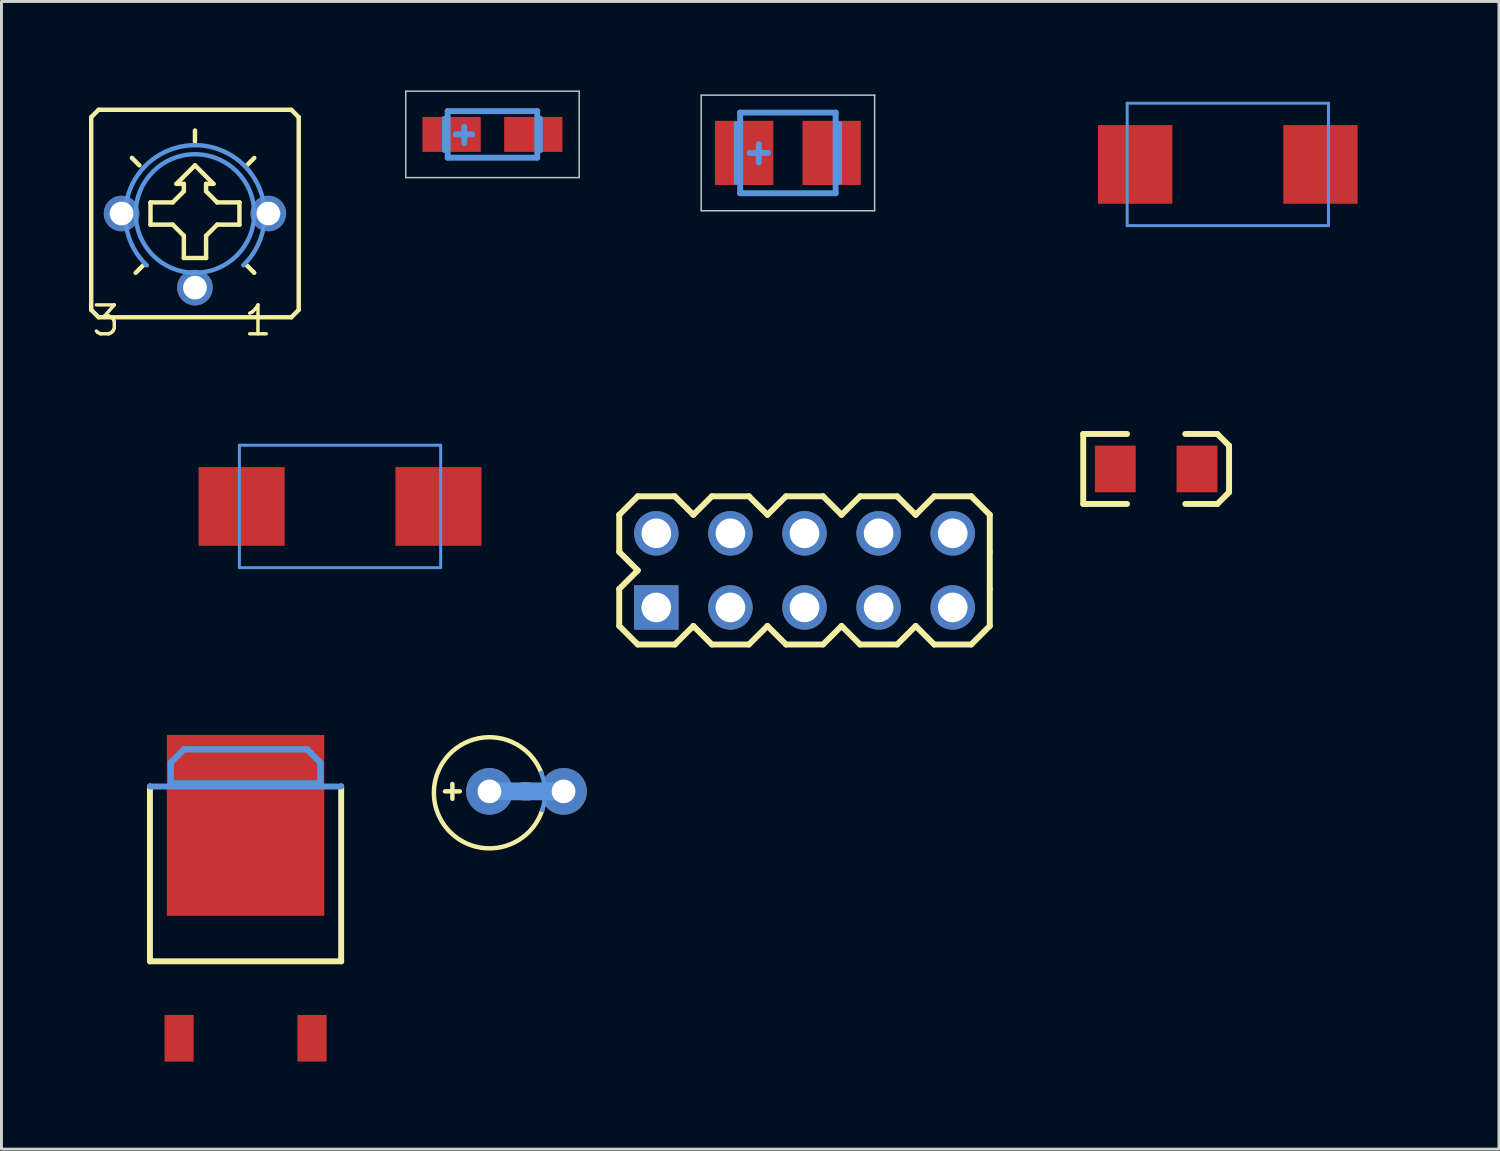
<source format=kicad_pcb>
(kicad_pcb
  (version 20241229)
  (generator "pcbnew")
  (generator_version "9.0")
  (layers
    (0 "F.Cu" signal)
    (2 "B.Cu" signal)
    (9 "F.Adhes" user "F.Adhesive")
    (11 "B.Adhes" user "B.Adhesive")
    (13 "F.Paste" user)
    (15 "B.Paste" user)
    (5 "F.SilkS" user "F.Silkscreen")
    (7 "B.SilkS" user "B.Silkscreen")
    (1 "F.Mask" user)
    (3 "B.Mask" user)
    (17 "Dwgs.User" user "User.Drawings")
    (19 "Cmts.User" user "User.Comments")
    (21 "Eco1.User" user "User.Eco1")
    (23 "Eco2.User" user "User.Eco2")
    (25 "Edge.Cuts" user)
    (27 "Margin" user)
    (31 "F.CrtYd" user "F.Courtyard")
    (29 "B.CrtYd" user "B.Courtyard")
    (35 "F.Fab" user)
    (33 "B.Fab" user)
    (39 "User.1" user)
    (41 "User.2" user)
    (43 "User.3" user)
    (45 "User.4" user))
  (footprint "CT6"
    (layer "F.Cu")
    (at 3.632 4.268)
    (property "Reference" "CT6" (at -0.762 -3.302 0) (layer "Eco1.User") (effects (font (size 1.27 1.27) (thickness 0.127))))
    (attr through_hole)
    (fp_line (start -3.556 -3.302) (end -3.556 3.302) (stroke (width 0.152) (type solid)) (layer "F.SilkS"))
    (fp_line (start -3.302 -3.556) (end -3.556 -3.302) (stroke (width 0.152) (type solid)) (layer "F.SilkS"))
    (fp_line (start -3.302 3.556) (end -3.556 3.302) (stroke (width 0.152) (type solid)) (layer "F.SilkS"))
    (fp_line (start -3.302 3.556) (end 3.302 3.556) (stroke (width 0.152) (type solid)) (layer "F.SilkS"))
    (fp_line (start -1.905 -1.651) (end -2.159 -1.905) (stroke (width 0.152) (type solid)) (layer "F.SilkS"))
    (fp_line (start -1.778 1.778) (end -2.032 2.032) (stroke (width 0.152) (type solid)) (layer "F.SilkS"))
    (fp_line (start -1.524 -0.381) (end -1.524 0.381) (stroke (width 0.152) (type solid)) (layer "F.SilkS"))
    (fp_line (start -1.524 0.381) (end -0.762 0.381) (stroke (width 0.152) (type solid)) (layer "F.SilkS"))
    (fp_line (start -0.762 -0.381) (end -1.524 -0.381) (stroke (width 0.152) (type solid)) (layer "F.SilkS"))
    (fp_line (start -0.635 -1.016) (end -0.381 -1.016) (stroke (width 0.152) (type solid)) (layer "F.SilkS"))
    (fp_line (start -0.381 -1.016) (end -0.381 -0.762) (stroke (width 0.152) (type solid)) (layer "F.SilkS"))
    (fp_line (start -0.381 -0.762) (end -0.762 -0.381) (stroke (width 0.152) (type solid)) (layer "F.SilkS"))
    (fp_line (start -0.381 0.762) (end -0.762 0.381) (stroke (width 0.152) (type solid)) (layer "F.SilkS"))
    (fp_line (start -0.381 0.762) (end -0.381 1.524) (stroke (width 0.152) (type solid)) (layer "F.SilkS"))
    (fp_line (start -0.381 1.524) (end 0.381 1.524) (stroke (width 0.152) (type solid)) (layer "F.SilkS"))
    (fp_line (start 0 -2.464) (end 0 -2.845) (stroke (width 0.152) (type solid)) (layer "F.SilkS"))
    (fp_line (start 0 -1.651) (end -0.635 -1.016) (stroke (width 0.152) (type solid)) (layer "F.SilkS"))
    (fp_line (start 0.381 -1.016) (end 0.635 -1.016) (stroke (width 0.152) (type solid)) (layer "F.SilkS"))
    (fp_line (start 0.381 -0.762) (end 0.381 -1.016) (stroke (width 0.152) (type solid)) (layer "F.SilkS"))
    (fp_line (start 0.381 0.762) (end 0.762 0.381) (stroke (width 0.152) (type solid)) (layer "F.SilkS"))
    (fp_line (start 0.381 1.524) (end 0.381 0.762) (stroke (width 0.152) (type solid)) (layer "F.SilkS"))
    (fp_line (start 0.635 -1.016) (end 0 -1.651) (stroke (width 0.152) (type solid)) (layer "F.SilkS"))
    (fp_line (start 0.762 -0.381) (end 0.381 -0.762) (stroke (width 0.152) (type solid)) (layer "F.SilkS"))
    (fp_line (start 0.762 0.381) (end 1.524 0.381) (stroke (width 0.152) (type solid)) (layer "F.SilkS"))
    (fp_line (start 1.524 -0.381) (end 0.762 -0.381) (stroke (width 0.152) (type solid)) (layer "F.SilkS"))
    (fp_line (start 1.524 0.381) (end 1.524 -0.381) (stroke (width 0.152) (type solid)) (layer "F.SilkS"))
    (fp_line (start 1.778 -1.651) (end 2.032 -1.905) (stroke (width 0.152) (type solid)) (layer "F.SilkS"))
    (fp_line (start 1.778 1.778) (end 2.032 2.032) (stroke (width 0.152) (type solid)) (layer "F.SilkS"))
    (fp_line (start 3.302 -3.556) (end -3.302 -3.556) (stroke (width 0.152) (type solid)) (layer "F.SilkS"))
    (fp_line (start 3.302 -3.556) (end 3.556 -3.302) (stroke (width 0.152) (type solid)) (layer "F.SilkS"))
    (fp_line (start 3.302 3.556) (end 3.556 3.302) (stroke (width 0.152) (type solid)) (layer "F.SilkS"))
    (fp_line (start 3.556 3.302) (end 3.556 -3.302) (stroke (width 0.152) (type solid)) (layer "F.SilkS"))
    (fp_line (start -2.515 0) (end -2.896 0) (stroke (width 0.152) (type solid)) (layer "Cmts.User"))
    (fp_line (start 2.515 0) (end 2.896 0) (stroke (width 0.152) (type solid)) (layer "Cmts.User"))
    (fp_arc (start -1.651 1.778) (mid -0.003515 -2.34293) (end 1.656078 1.773139) (stroke (width 0.1524) (type solid)) (layer "Cmts.User"))
    (fp_circle (center 0 0) (end 2.032 0) (stroke (width 0.152) (type solid)) (fill no) (layer "Cmts.User"))
    (fp_text user "1" (at 2.159 3.67 0) (layer "F.SilkS") (effects (font (size 0.991 0.991) (thickness 0.117))))
    (fp_text user "3" (at -3.048 3.67 0) (layer "F.SilkS") (effects (font (size 0.991 0.991) (thickness 0.117))))
    (pad "A" thru_hole oval (at 2.515 0) (size 1.219 1.219) (drill 0.813) (layers "*.Cu" "*.Mask"))
    (pad "E" thru_hole oval (at -2.515 0) (size 1.219 1.219) (drill 0.813) (layers "*.Cu" "*.Mask"))
    (pad "S" thru_hole oval (at 0 2.54) (size 1.219 1.219) (drill 0.813) (layers "*.Cu" "*.Mask")))
  (footprint "D%2f7343-31R"
    (layer "F.Cu")
    (at 39.031 2.585)
    (property "Reference" "D%2f7343-31R" (at -1.11 -1.664 0) (layer "Eco1.User") (effects (font (size 1.27 1.27) (thickness 0.102))))
    (attr through_hole)
    (fp_line (start -3.449 -2.098) (end 3.449 -2.098) (stroke (width 0.102) (type solid)) (layer "Cmts.User"))
    (fp_line (start -3.449 2.098) (end -3.449 -2.098) (stroke (width 0.102) (type solid)) (layer "Cmts.User"))
    (fp_line (start 3.449 -2.098) (end 3.449 2.098) (stroke (width 0.102) (type solid)) (layer "Cmts.User"))
    (fp_line (start 3.449 2.098) (end -3.449 2.098) (stroke (width 0.102) (type solid)) (layer "Cmts.User"))
    (pad "+" smd rect (at 3.175 0) (size 2.548 2.697) (layers "F.Cu" "F.Mask" "F.Paste"))
    (pad "-" smd rect (at -3.175 0) (size 2.548 2.697) (layers "F.Cu" "F.Mask" "F.Paste")))
  (footprint "CT3216"
    (layer "F.Cu")
    (at 13.828 1.556)
    (property "Reference" "CT3216" (at 0 -0.635 0) (layer "Eco1.User") (effects (font (size 1.27 1.27) (thickness 0.102))))
    (attr through_hole)
    (fp_line (start -2.972 -1.481) (end 2.972 -1.481) (stroke (width 0.051) (type solid)) (layer "Dwgs.User"))
    (fp_line (start -2.972 1.481) (end -2.972 -1.481) (stroke (width 0.051) (type solid)) (layer "Dwgs.User"))
    (fp_line (start 2.972 -1.481) (end 2.972 1.481) (stroke (width 0.051) (type solid)) (layer "Dwgs.User"))
    (fp_line (start 2.972 1.481) (end -2.972 1.481) (stroke (width 0.051) (type solid)) (layer "Dwgs.User"))
    (fp_line (start -1.651 -0.559) (end -1.651 0.559) (stroke (width 0.152) (type solid)) (layer "Cmts.User"))
    (fp_line (start -1.534 -0.798) (end -1.534 0.798) (stroke (width 0.203) (type solid)) (layer "Cmts.User"))
    (fp_line (start -1.534 0.798) (end 1.534 0.798) (stroke (width 0.203) (type solid)) (layer "Cmts.User"))
    (fp_line (start -0.968 -0.259) (end -0.968 0.3) (stroke (width 0.203) (type solid)) (layer "Cmts.User"))
    (fp_line (start -0.699 0) (end -1.26 0) (stroke (width 0.203) (type solid)) (layer "Cmts.User"))
    (fp_line (start 1.534 -0.798) (end -1.534 -0.798) (stroke (width 0.203) (type solid)) (layer "Cmts.User"))
    (fp_line (start 1.534 0.798) (end 1.534 -0.798) (stroke (width 0.203) (type solid)) (layer "Cmts.User"))
    (fp_line (start 1.651 -0.559) (end 1.651 0.559) (stroke (width 0.152) (type solid)) (layer "Cmts.User"))
    (pad "+" smd rect (at -1.4 0) (size 1.999 1.199) (layers "F.Cu" "F.Mask" "F.Paste"))
    (pad "-" smd rect (at 1.4 0) (size 1.999 1.199) (layers "F.Cu" "F.Mask" "F.Paste")))
  (footprint "DIODE_EIA3216"
    (layer "F.Cu")
    (at 36.575 13.023)
    (property "Reference" "DIODE_EIA3216" (at 0 0 0) (layer "Eco1.User") (effects (font (size 0.406 0.406) (thickness 0.03))))
    (attr through_hole)
    (fp_line (start -2.499 -1.199) (end -0.998 -1.199) (stroke (width 0.203) (type solid)) (layer "F.SilkS"))
    (fp_line (start -2.499 1.199) (end -2.499 -1.199) (stroke (width 0.203) (type solid)) (layer "F.SilkS"))
    (fp_line (start -0.998 1.199) (end -2.499 1.199) (stroke (width 0.203) (type solid)) (layer "F.SilkS"))
    (fp_line (start 0.998 1.199) (end 2.098 1.199) (stroke (width 0.203) (type solid)) (layer "F.SilkS"))
    (fp_line (start 2.098 -1.199) (end 0.998 -1.199) (stroke (width 0.203) (type solid)) (layer "F.SilkS"))
    (fp_line (start 2.098 1.199) (end 2.499 0.798) (stroke (width 0.203) (type solid)) (layer "F.SilkS"))
    (fp_line (start 2.499 -0.798) (end 2.098 -1.199) (stroke (width 0.203) (type solid)) (layer "F.SilkS"))
    (fp_line (start 2.499 0.798) (end 2.499 -0.798) (stroke (width 0.203) (type solid)) (layer "F.SilkS"))
    (pad "A" smd rect (at 1.4 0 90) (size 1.598 1.4) (layers "F.Cu" "F.Mask" "F.Paste"))
    (pad "K" smd rect (at -1.4 0 90) (size 1.598 1.4) (layers "F.Cu" "F.Mask" "F.Paste")))
  (footprint "D%2f7343-31W"
    (layer "F.Cu")
    (at 8.604 14.308)
    (property "Reference" "D%2f7343-31W" (at -1.11 -1.664 0) (layer "Eco1.User") (effects (font (size 1.27 1.27) (thickness 0.102))))
    (attr through_hole)
    (fp_line (start -3.449 -2.098) (end 3.449 -2.098) (stroke (width 0.102) (type solid)) (layer "Cmts.User"))
    (fp_line (start -3.449 2.098) (end -3.449 -2.098) (stroke (width 0.102) (type solid)) (layer "Cmts.User"))
    (fp_line (start 3.449 -2.098) (end 3.449 2.098) (stroke (width 0.102) (type solid)) (layer "Cmts.User"))
    (fp_line (start 3.449 2.098) (end -3.449 2.098) (stroke (width 0.102) (type solid)) (layer "Cmts.User"))
    (pad "+" smd rect (at 3.373 0) (size 2.949 2.697) (layers "F.Cu" "F.Mask" "F.Paste"))
    (pad "-" smd rect (at -3.373 0) (size 2.949 2.697) (layers "F.Cu" "F.Mask" "F.Paste")))
  (footprint "E2,5-4R"
    (layer "F.Cu")
    (at 14.995 24.073)
    (property "Reference" "E2,5-4R" (at 3.302 -0.381 0) (layer "Eco1.User") (effects (font (size 1.27 1.27) (thickness 0.127))))
    (attr through_hole)
    (fp_line (start -2.794 0) (end -2.286 0) (stroke (width 0.152) (type solid)) (layer "F.SilkS"))
    (fp_line (start -2.54 0.254) (end -2.54 -0.254) (stroke (width 0.152) (type solid)) (layer "F.SilkS"))
    (fp_line (start -0.127 0) (end 0.076 0) (stroke (width 0.61) (type solid)) (layer "F.SilkS"))
    (fp_arc (start 0.538652 0.645677) (mid -3.17422 0.093836) (end 0.508 -0.635) (stroke (width 0.1524) (type solid)) (layer "F.SilkS"))
    (fp_line (start 1.27 0) (end -1.27 0) (stroke (width 0.61) (type solid)) (layer "Cmts.User"))
    (fp_arc (start 0.508 -0.635) (mid 0.634179 0.001023) (end 0.539692 0.64252) (stroke (width 0.1524) (type solid)) (layer "Cmts.User"))
    (pad "+" thru_hole oval (at -1.27 0) (size 1.6 1.6) (drill 0.813) (layers "*.Cu" "*.Mask"))
    (pad "-" thru_hole oval (at 1.27 0) (size 1.6 1.6) (drill 0.813) (layers "*.Cu" "*.Mask")))
  (footprint "DPACK"
    (layer "F.Cu")
    (at 5.366 27.738)
    (property "Reference" "DPACK" (at -4.445 -1.27 90) (layer "Eco1.User") (effects (font (size 1.27 1.27) (thickness 0.102))))
    (attr through_hole)
    (fp_line (start -3.277 2.159) (end -3.277 -3.835) (stroke (width 0.203) (type solid)) (layer "F.SilkS"))
    (fp_line (start 3.277 -3.835) (end 3.277 2.159) (stroke (width 0.203) (type solid)) (layer "F.SilkS"))
    (fp_line (start 3.277 2.159) (end -3.277 2.159) (stroke (width 0.203) (type solid)) (layer "F.SilkS"))
    (fp_line (start -3.277 -3.833) (end 3.277 -3.833) (stroke (width 0.203) (type solid)) (layer "Cmts.User"))
    (fp_line (start -2.565 -4.648) (end -2.108 -5.105) (stroke (width 0.198) (type solid)) (layer "Cmts.User"))
    (fp_line (start -2.565 -4.648) (end -2.108 -5.105) (stroke (width 0.203) (type solid)) (layer "Cmts.User"))
    (fp_line (start -2.565 -3.937) (end -2.565 -4.648) (stroke (width 0.198) (type solid)) (layer "Cmts.User"))
    (fp_line (start -2.565 -3.937) (end -2.565 -4.648) (stroke (width 0.203) (type solid)) (layer "Cmts.User"))
    (fp_line (start -2.108 -5.105) (end 2.108 -5.105) (stroke (width 0.198) (type solid)) (layer "Cmts.User"))
    (fp_line (start -2.108 -5.105) (end 2.108 -5.105) (stroke (width 0.203) (type solid)) (layer "Cmts.User"))
    (fp_line (start 2.108 -5.105) (end 2.565 -4.648) (stroke (width 0.198) (type solid)) (layer "Cmts.User"))
    (fp_line (start 2.108 -5.105) (end 2.565 -4.648) (stroke (width 0.203) (type solid)) (layer "Cmts.User"))
    (fp_line (start 2.565 -4.648) (end 2.565 -3.937) (stroke (width 0.198) (type solid)) (layer "Cmts.User"))
    (fp_line (start 2.565 -4.648) (end 2.565 -3.937) (stroke (width 0.203) (type solid)) (layer "Cmts.User"))
    (fp_line (start 2.565 -3.937) (end -2.565 -3.937) (stroke (width 0.198) (type solid)) (layer "Cmts.User"))
    (fp_line (start 2.565 -3.937) (end -2.565 -3.937) (stroke (width 0.203) (type solid)) (layer "Cmts.User"))
    (pad "1" smd rect (at -2.278 4.798) (size 0.998 1.598) (layers "F.Cu" "F.Mask" "F.Paste"))
    (pad "2" smd rect (at 0 -2.499) (size 5.397 6.198) (layers "F.Cu" "F.Mask" "F.Paste"))
    (pad "3" smd rect (at 2.278 4.798) (size 0.998 1.598) (layers "F.Cu" "F.Mask" "F.Paste")))
  (footprint "CT3528"
    (layer "F.Cu")
    (at 23.954 2.191)
    (property "Reference" "CT3528" (at 0 -1.27 0) (layer "Eco1.User") (effects (font (size 1.27 1.27) (thickness 0.102))))
    (attr through_hole)
    (fp_line (start -2.972 -1.981) (end 2.972 -1.981) (stroke (width 0.051) (type solid)) (layer "Dwgs.User"))
    (fp_line (start -2.972 1.981) (end -2.972 -1.981) (stroke (width 0.051) (type solid)) (layer "Dwgs.User"))
    (fp_line (start 2.972 -1.981) (end 2.972 1.981) (stroke (width 0.051) (type solid)) (layer "Dwgs.User"))
    (fp_line (start 2.972 1.981) (end -2.972 1.981) (stroke (width 0.051) (type solid)) (layer "Dwgs.User"))
    (fp_line (start -1.778 -1.016) (end -1.778 1.016) (stroke (width 0.152) (type solid)) (layer "Cmts.User"))
    (fp_line (start -1.636 1.382) (end -1.636 -1.382) (stroke (width 0.203) (type solid)) (layer "Cmts.User"))
    (fp_line (start -0.998 -0.3) (end -0.998 0.328) (stroke (width 0.203) (type solid)) (layer "Cmts.User"))
    (fp_line (start -0.678 0) (end -1.308 0) (stroke (width 0.203) (type solid)) (layer "Cmts.User"))
    (fp_line (start 1.636 -1.382) (end -1.636 -1.382) (stroke (width 0.203) (type solid)) (layer "Cmts.User"))
    (fp_line (start 1.636 1.382) (end -1.636 1.382) (stroke (width 0.203) (type solid)) (layer "Cmts.User"))
    (fp_line (start 1.636 1.382) (end 1.636 -1.382) (stroke (width 0.203) (type solid)) (layer "Cmts.User"))
    (fp_line (start 1.778 -1.016) (end 1.778 1.016) (stroke (width 0.152) (type solid)) (layer "Cmts.User"))
    (pad "+" smd rect (at -1.499 0) (size 1.999 2.2) (layers "F.Cu" "F.Mask" "F.Paste"))
    (pad "-" smd rect (at 1.499 0) (size 1.999 2.2) (layers "F.Cu" "F.Mask" "F.Paste")))
  (footprint "DIL10"
    (layer "F.Cu")
    (at 19.443 17.769)
    (property "Reference" "DIL10" (at 1.27 -5.08 0) (layer "Eco1.User") (effects (font (size 1.27 1.27) (thickness 0.127))))
    (attr through_hole)
    (fp_line (start -1.27 -3.175) (end -1.27 -1.905) (stroke (width 0.203) (type solid)) (layer "F.SilkS"))
    (fp_line (start -1.27 -3.175) (end -0.635 -3.81) (stroke (width 0.203) (type solid)) (layer "F.SilkS"))
    (fp_line (start -1.27 -1.905) (end -0.635 -1.27) (stroke (width 0.203) (type solid)) (layer "F.SilkS"))
    (fp_line (start -1.27 -0.635) (end -1.27 0.635) (stroke (width 0.203) (type solid)) (layer "F.SilkS"))
    (fp_line (start -1.27 0.635) (end -0.635 1.27) (stroke (width 0.203) (type solid)) (layer "F.SilkS"))
    (fp_line (start -0.635 -3.81) (end 0.635 -3.81) (stroke (width 0.203) (type solid)) (layer "F.SilkS"))
    (fp_line (start -0.635 -1.27) (end -1.27 -0.635) (stroke (width 0.203) (type solid)) (layer "F.SilkS"))
    (fp_line (start 0.635 -3.81) (end 1.27 -3.175) (stroke (width 0.203) (type solid)) (layer "F.SilkS"))
    (fp_line (start 0.635 1.27) (end -0.635 1.27) (stroke (width 0.203) (type solid)) (layer "F.SilkS"))
    (fp_line (start 1.27 -3.175) (end 1.905 -3.81) (stroke (width 0.203) (type solid)) (layer "F.SilkS"))
    (fp_line (start 1.27 0.635) (end 0.635 1.27) (stroke (width 0.203) (type solid)) (layer "F.SilkS"))
    (fp_line (start 1.905 -3.81) (end 3.175 -3.81) (stroke (width 0.203) (type solid)) (layer "F.SilkS"))
    (fp_line (start 1.905 1.27) (end 1.27 0.635) (stroke (width 0.203) (type solid)) (layer "F.SilkS"))
    (fp_line (start 3.175 -3.81) (end 3.81 -3.175) (stroke (width 0.203) (type solid)) (layer "F.SilkS"))
    (fp_line (start 3.175 1.27) (end 1.905 1.27) (stroke (width 0.203) (type solid)) (layer "F.SilkS"))
    (fp_line (start 3.81 -3.175) (end 4.445 -3.81) (stroke (width 0.203) (type solid)) (layer "F.SilkS"))
    (fp_line (start 3.81 0.635) (end 3.175 1.27) (stroke (width 0.203) (type solid)) (layer "F.SilkS"))
    (fp_line (start 4.445 -3.81) (end 5.715 -3.81) (stroke (width 0.203) (type solid)) (layer "F.SilkS"))
    (fp_line (start 4.445 1.27) (end 3.81 0.635) (stroke (width 0.203) (type solid)) (layer "F.SilkS"))
    (fp_line (start 5.715 -3.81) (end 6.35 -3.175) (stroke (width 0.203) (type solid)) (layer "F.SilkS"))
    (fp_line (start 5.715 1.27) (end 4.445 1.27) (stroke (width 0.203) (type solid)) (layer "F.SilkS"))
    (fp_line (start 6.35 -3.175) (end 6.985 -3.81) (stroke (width 0.203) (type solid)) (layer "F.SilkS"))
    (fp_line (start 6.35 0.635) (end 5.715 1.27) (stroke (width 0.203) (type solid)) (layer "F.SilkS"))
    (fp_line (start 6.35 0.635) (end 6.985 1.27) (stroke (width 0.203) (type solid)) (layer "F.SilkS"))
    (fp_line (start 6.985 -3.81) (end 8.255 -3.81) (stroke (width 0.203) (type solid)) (layer "F.SilkS"))
    (fp_line (start 8.255 -3.81) (end 8.89 -3.175) (stroke (width 0.203) (type solid)) (layer "F.SilkS"))
    (fp_line (start 8.255 1.27) (end 6.985 1.27) (stroke (width 0.203) (type solid)) (layer "F.SilkS"))
    (fp_line (start 8.89 -3.175) (end 9.525 -3.81) (stroke (width 0.203) (type solid)) (layer "F.SilkS"))
    (fp_line (start 8.89 0.635) (end 8.255 1.27) (stroke (width 0.203) (type solid)) (layer "F.SilkS"))
    (fp_line (start 9.525 -3.81) (end 10.795 -3.81) (stroke (width 0.203) (type solid)) (layer "F.SilkS"))
    (fp_line (start 9.525 1.27) (end 8.89 0.635) (stroke (width 0.203) (type solid)) (layer "F.SilkS"))
    (fp_line (start 10.795 -3.81) (end 11.43 -3.175) (stroke (width 0.203) (type solid)) (layer "F.SilkS"))
    (fp_line (start 10.795 1.27) (end 9.525 1.27) (stroke (width 0.203) (type solid)) (layer "F.SilkS"))
    (fp_line (start 11.43 -3.175) (end 11.43 -1.905) (stroke (width 0.203) (type solid)) (layer "F.SilkS"))
    (fp_line (start 11.43 -1.905) (end 11.43 -0.635) (stroke (width 0.203) (type solid)) (layer "F.SilkS"))
    (fp_line (start 11.43 -0.635) (end 11.43 0.635) (stroke (width 0.203) (type solid)) (layer "F.SilkS"))
    (fp_line (start 11.43 0.635) (end 10.795 1.27) (stroke (width 0.203) (type solid)) (layer "F.SilkS"))
    (pad "1" thru_hole rect (at 0 0 90) (size 1.524 1.524) (drill 1.016) (layers "*.Cu" "*.Mask"))
    (pad "2" thru_hole oval (at 0 -2.54 90) (size 1.524 1.524) (drill 1.016) (layers "*.Cu" "*.Mask"))
    (pad "3" thru_hole oval (at 2.54 0 90) (size 1.524 1.524) (drill 1.016) (layers "*.Cu" "*.Mask"))
    (pad "4" thru_hole oval (at 2.54 -2.54 90) (size 1.524 1.524) (drill 1.016) (layers "*.Cu" "*.Mask"))
    (pad "5" thru_hole oval (at 5.08 0 90) (size 1.524 1.524) (drill 1.016) (layers "*.Cu" "*.Mask"))
    (pad "6" thru_hole oval (at 5.08 -2.54 90) (size 1.524 1.524) (drill 1.016) (layers "*.Cu" "*.Mask"))
    (pad "7" thru_hole oval (at 7.62 0 90) (size 1.524 1.524) (drill 1.016) (layers "*.Cu" "*.Mask"))
    (pad "8" thru_hole oval (at 7.62 -2.54 90) (size 1.524 1.524) (drill 1.016) (layers "*.Cu" "*.Mask"))
    (pad "9" thru_hole oval (at 10.16 0 90) (size 1.524 1.524) (drill 1.016) (layers "*.Cu" "*.Mask"))
    (pad "10" thru_hole oval (at 10.16 -2.54 90) (size 1.524 1.524) (drill 1.016) (layers "*.Cu" "*.Mask")))
  (gr_rect
    (start -3 -3)
    (end 48.324 36.335)
    (stroke (width 0.1) (type default))
    (fill no)
    (layer "Edge.Cuts")))
</source>
